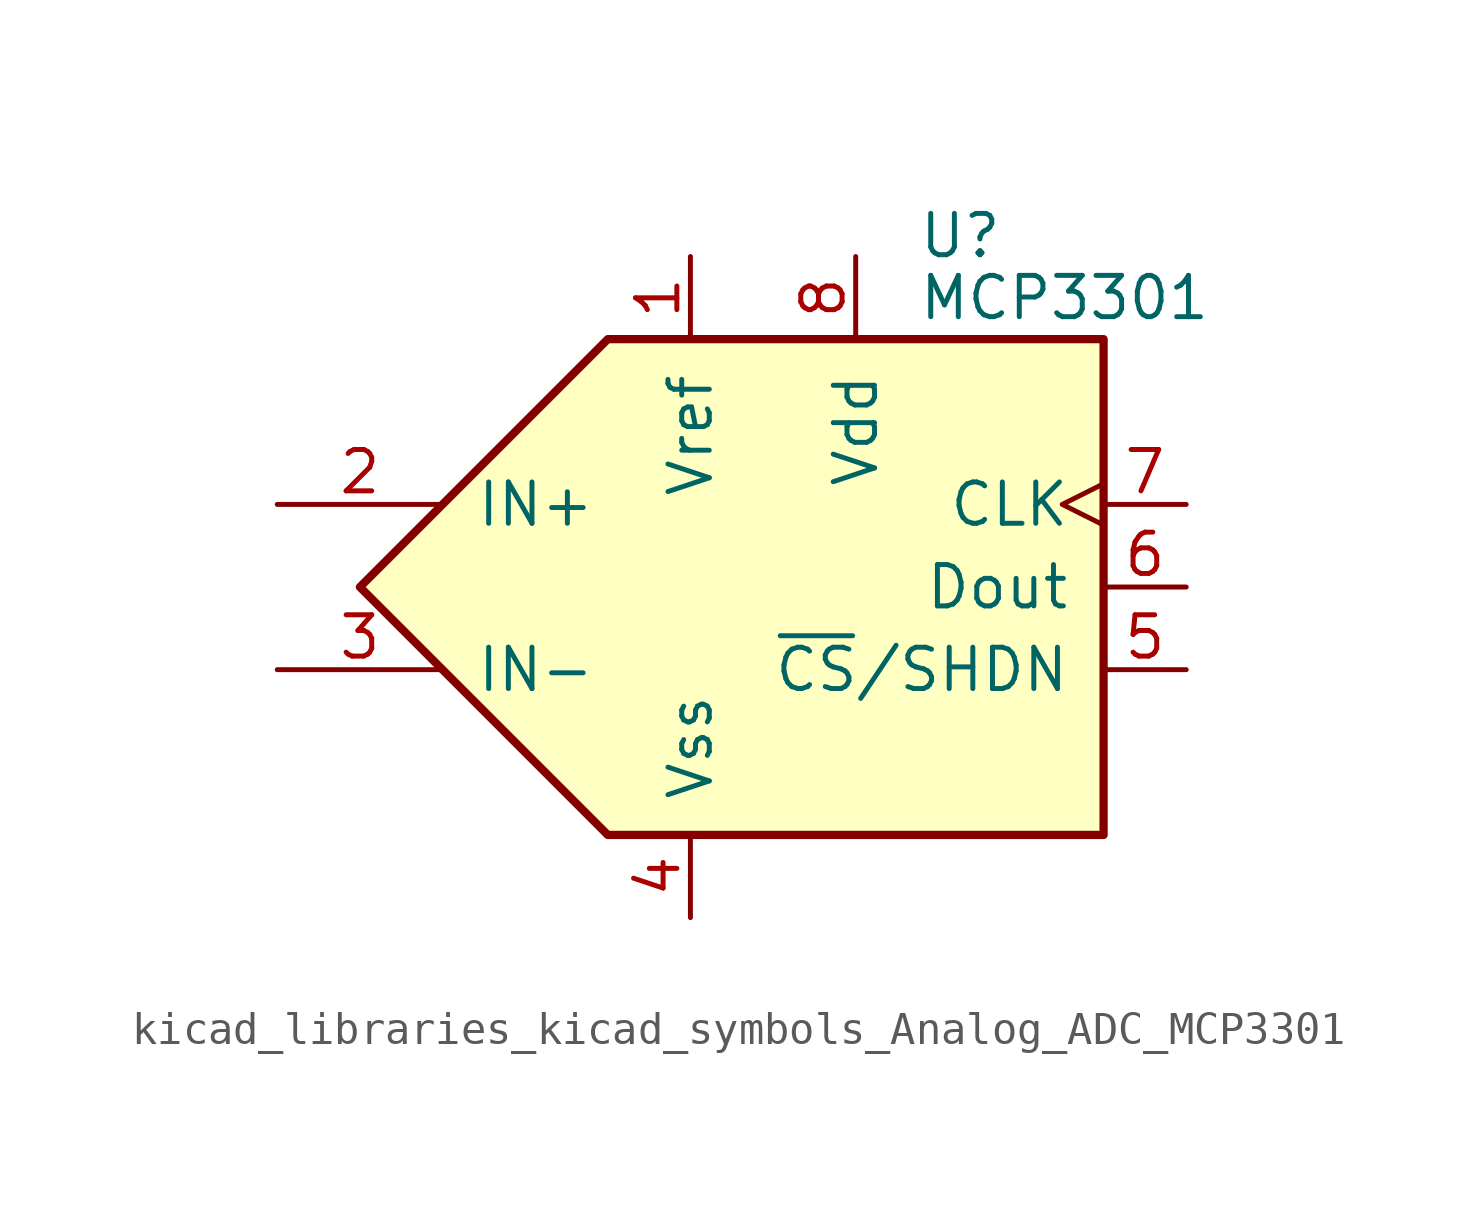
<source format=kicad_sym>
(kicad_symbol_lib
  (version 20220914)
  (generator kicad_symbol_editor)
  (symbol "kicad_libraries_kicad_symbols_Analog_ADC_MCP3301"
    (pin_names
      (offset 1.016))
    (property "Reference" "U"
      (at 4.445 10.795 0)
      (effects (font (size 1.27 1.27)) (justify left)))
    (property "Value" "MCP3301"
      (at 4.445 8.89 0)
      (effects (font (size 1.27 1.27)) (justify left)))
    (symbol "kicad_libraries_kicad_symbols_Analog_ADC_MCP3301_0_0"
      (polyline (pts (xy -12.7 0) (xy -5.08 7.62) (xy 10.16 7.62) (xy 10.16 -7.62) (xy -5.08 -7.62) (xy -12.7 0)) (stroke (width 0.254) (type default)) (fill (type background))))
    (symbol "kicad_libraries_kicad_symbols_Analog_ADC_MCP3301_1_1"
      (pin power_in line (at -2.54 10.16 270) (length 2.54) (name "Vref" (effects (font (size 1.27 1.27)))) (number "1" (effects (font (size 1.27 1.27)))))
      (pin input line (at -15.24 2.54 0) (length 5.08) (name "IN+" (effects (font (size 1.27 1.27)))) (number "2" (effects (font (size 1.27 1.27)))))
      (pin input line (at -15.24 -2.54 0) (length 5.08) (name "IN-" (effects (font (size 1.27 1.27)))) (number "3" (effects (font (size 1.27 1.27)))))
      (pin power_in line (at -2.54 -10.16 90) (length 2.54) (name "Vss" (effects (font (size 1.27 1.27)))) (number "4" (effects (font (size 1.27 1.27)))))
      (pin input line (at 12.7 -2.54 180) (length 2.54) (name "~{CS}/SHDN" (effects (font (size 1.27 1.27)))) (number "5" (effects (font (size 1.27 1.27)))))
      (pin output line (at 12.7 0 180) (length 2.54) (name "Dout" (effects (font (size 1.27 1.27)))) (number "6" (effects (font (size 1.27 1.27)))))
      (pin input clock (at 12.7 2.54 180) (length 2.54) (name "CLK" (effects (font (size 1.27 1.27)))) (number "7" (effects (font (size 1.27 1.27)))))
      (pin power_in line (at 2.54 10.16 270) (length 2.54) (name "Vdd" (effects (font (size 1.27 1.27)))) (number "8" (effects (font (size 1.27 1.27))))))))
</source>
